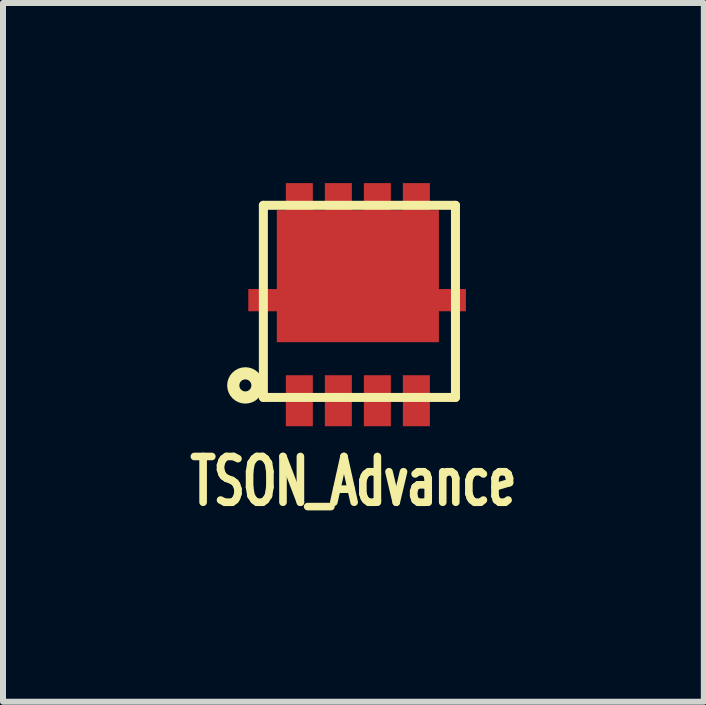
<source format=kicad_pcb>
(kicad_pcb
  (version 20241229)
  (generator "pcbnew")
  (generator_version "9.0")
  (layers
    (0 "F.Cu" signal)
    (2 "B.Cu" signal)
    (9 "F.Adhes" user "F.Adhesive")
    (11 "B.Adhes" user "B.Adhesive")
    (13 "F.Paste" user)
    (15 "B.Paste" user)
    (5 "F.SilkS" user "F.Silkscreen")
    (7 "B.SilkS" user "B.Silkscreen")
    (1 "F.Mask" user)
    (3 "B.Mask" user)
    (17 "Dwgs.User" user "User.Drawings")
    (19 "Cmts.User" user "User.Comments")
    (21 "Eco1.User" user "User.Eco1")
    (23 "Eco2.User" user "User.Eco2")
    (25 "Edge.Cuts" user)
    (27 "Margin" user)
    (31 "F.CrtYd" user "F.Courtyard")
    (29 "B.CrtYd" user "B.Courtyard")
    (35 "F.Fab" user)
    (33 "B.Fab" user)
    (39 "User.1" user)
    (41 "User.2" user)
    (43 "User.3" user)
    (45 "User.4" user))
  (footprint "TSON_Advance"
    (layer "F.Cu")
    (at 2.937 1.97)
    (property "Reference" "TSON_Advance" (at -0.1 3 0) (layer "F.SilkS") (effects (font (size 0.762 0.508) (thickness 0.127))))
    (attr through_hole)
    (fp_line (start -1.6 -1.6) (end 1.6 -1.6) (stroke (width 0.15) (type solid)) (layer "F.SilkS"))
    (fp_line (start -1.6 1.6) (end -1.6 -1.6) (stroke (width 0.15) (type solid)) (layer "F.SilkS"))
    (fp_line (start 1.6 -1.6) (end 1.6 1.6) (stroke (width 0.15) (type solid)) (layer "F.SilkS"))
    (fp_line (start 1.6 1.6) (end -1.6 1.6) (stroke (width 0.15) (type solid)) (layer "F.SilkS"))
    (fp_circle (center -1.9 1.4) (end -1.8 1.4) (stroke (width 0.203) (type solid)) (fill no) (layer "F.SilkS"))
    (pad "1" smd rect (at -1.001 1.655 180) (size 0.45 0.85) (layers "F.Cu" "F.Mask" "F.Paste"))
    (pad "2" smd rect (at -0.351 1.655 180) (size 0.45 0.85) (layers "F.Cu" "F.Mask" "F.Paste"))
    (pad "3" smd rect (at 0.299 1.655 180) (size 0.45 0.85) (layers "F.Cu" "F.Mask" "F.Paste"))
    (pad "4" smd rect (at 0.949 1.655 180) (size 0.45 0.85) (layers "F.Cu" "F.Mask" "F.Paste"))
    (pad "5" smd rect (at -1.526 -0.02 270) (size 0.37 0.65) (layers "F.Cu" "F.Mask" "F.Paste"))
    (pad "5" smd rect (at -0.026 -0.42 180) (size 2.7 2.2) (layers "F.Cu" "F.Mask" "F.Paste"))
    (pad "5" smd rect (at 0.949 -1.545 180) (size 0.45 0.85) (layers "F.Cu" "F.Mask" "F.Paste"))
    (pad "5" smd rect (at 1.474 -0.02 270) (size 0.37 0.6) (layers "F.Cu" "F.Mask" "F.Paste"))
    (pad "6" smd rect (at 0.299 -1.545 180) (size 0.45 0.85) (layers "F.Cu" "F.Mask" "F.Paste"))
    (pad "7" smd rect (at -0.351 -1.545 180) (size 0.45 0.85) (layers "F.Cu" "F.Mask" "F.Paste"))
    (pad "8" smd rect (at -1.001 -1.545 180) (size 0.45 0.85) (layers "F.Cu" "F.Mask" "F.Paste")))
  (gr_rect
    (start -3 -3)
    (end 8.674 8.639)
    (stroke (width 0.1) (type default))
    (fill no)
    (layer "Edge.Cuts")))
</source>
